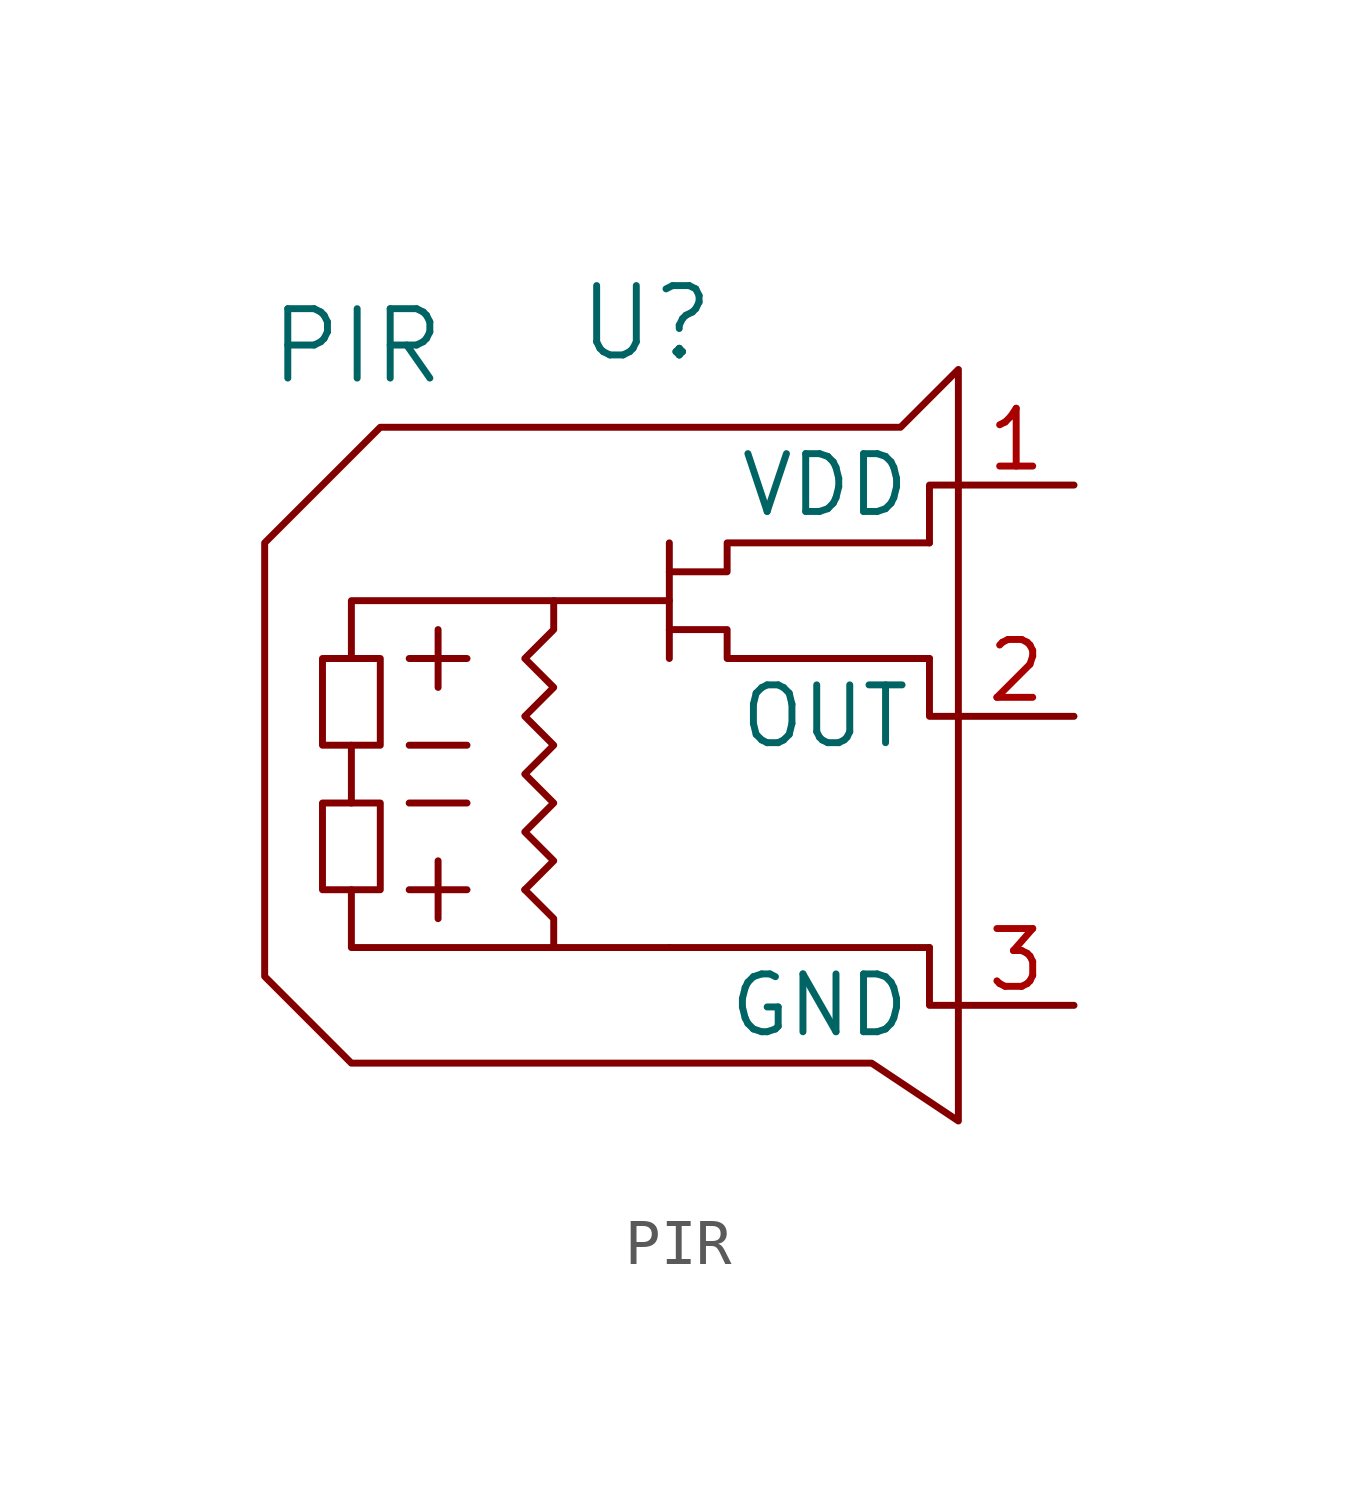
<source format=kicad_sym>
(kicad_symbol_lib
  (version 20241209)
  (generator "kicad_symbol_editor")
  (generator_version "9.0")
  (symbol "PIR"
    (pin_names
      (offset 1.016))
    (property "Reference" "U"
      (at 2.032 12.446 0)
      (effects (font (size 1.524 1.524))))
    (property "Value" "PIR"
      (at -4.318 11.938 0)
      (effects (font (size 1.524 1.524))))
    (property "Footprint" ""
      (at 8.89 0 0)
      (effects (font (size 1.524 1.524))))
    (property "Datasheet" ""
      (at 8.89 0 0)
      (effects (font (size 1.524 1.524))))
    (symbol "PIR_0_1"
      (polyline (pts (xy -4.445 5.08) (xy -4.445 6.35) (xy 2.54 6.35)) (stroke (width 0) (type solid)) (fill (type none)))
      (polyline (pts (xy -4.445 5.08) (xy -5.08 5.08) (xy -5.08 3.175) (xy -3.81 3.175) (xy -3.81 5.08) (xy -4.445 5.08)) (stroke (width 0) (type default)) (fill (type none)))
      (polyline (pts (xy -4.445 3.175) (xy -4.445 1.905)) (stroke (width 0) (type default)) (fill (type none)))
      (polyline (pts (xy -4.445 0) (xy -4.445 -1.27) (xy 2.54 -1.27)) (stroke (width 0) (type solid)) (fill (type none)))
      (polyline (pts (xy -4.445 0) (xy -5.08 0) (xy -5.08 1.905) (xy -3.81 1.905) (xy -3.81 0) (xy -4.445 0)) (stroke (width 0) (type default)) (fill (type none)))
      (polyline (pts (xy -3.175 5.08) (xy -1.905 5.08)) (stroke (width 0) (type solid)) (fill (type none)))
      (polyline (pts (xy -3.175 3.175) (xy -1.905 3.175)) (stroke (width 0) (type solid)) (fill (type none)))
      (polyline (pts (xy -3.175 1.905) (xy -1.905 1.905)) (stroke (width 0) (type solid)) (fill (type none)))
      (polyline (pts (xy -3.175 0) (xy -1.905 0)) (stroke (width 0) (type solid)) (fill (type none)))
      (polyline (pts (xy -2.54 5.715) (xy -2.54 4.445)) (stroke (width 0) (type solid)) (fill (type none)))
      (polyline (pts (xy -2.54 0.635) (xy -2.54 -0.635)) (stroke (width 0) (type solid)) (fill (type none)))
      (polyline (pts (xy -0.635 0) (xy 0 -0.635) (xy 0 -1.27)) (stroke (width 0) (type default)) (fill (type none)))
      (polyline (pts (xy 0 6.35) (xy 0 5.715) (xy -0.635 5.08) (xy 0 4.445) (xy -0.635 3.81) (xy 0 3.175) (xy -0.635 2.54) (xy 0 1.905) (xy -0.635 1.27) (xy 0 0.635) (xy -0.635 0)) (stroke (width 0) (type solid)) (fill (type none)))
      (polyline (pts (xy 2.54 7.62) (xy 2.54 5.08)) (stroke (width 0) (type solid)) (fill (type none)))
      (polyline (pts (xy 2.54 6.985) (xy 3.81 6.985) (xy 3.81 7.62) (xy 8.255 7.62)) (stroke (width 0) (type solid)) (fill (type none)))
      (polyline (pts (xy 2.54 5.715) (xy 3.81 5.715) (xy 3.81 5.08) (xy 8.255 5.08)) (stroke (width 0) (type solid)) (fill (type none)))
      (polyline (pts (xy 2.54 -1.27) (xy 8.255 -1.27)) (stroke (width 0) (type default)) (fill (type none)))
      (polyline (pts (xy 8.255 7.62) (xy 8.255 8.89) (xy 8.89 8.89)) (stroke (width 0) (type default)) (fill (type none)))
      (polyline (pts (xy 8.255 5.08) (xy 8.255 3.81) (xy 8.89 3.81)) (stroke (width 0) (type default)) (fill (type none)))
      (polyline (pts (xy 8.255 -1.27) (xy 8.255 -2.54) (xy 8.89 -2.54)) (stroke (width 0) (type default)) (fill (type none)))
      (polyline (pts (xy 8.89 11.43) (xy 8.89 -5.08) (xy 6.985 -3.81) (xy -4.445 -3.81) (xy -6.35 -1.905) (xy -6.35 5.08) (xy -6.35 7.62) (xy -3.81 10.16) (xy 7.62 10.16) (xy 8.89 11.43)) (stroke (width 0) (type solid)) (fill (type none))))
    (symbol "PIR_1_1"
      (pin input line (at 11.43 8.89 180) (length 2.54) (name "VDD" (effects (font (size 1.27 1.27)))) (number "1" (effects (font (size 1.27 1.27)))))
      (pin output line (at 11.43 3.81 180) (length 2.54) (name "OUT" (effects (font (size 1.27 1.27)))) (number "2" (effects (font (size 1.27 1.27)))))
      (pin power_in line (at 11.43 -2.54 180) (length 2.54) (name "GND" (effects (font (size 1.27 1.27)))) (number "3" (effects (font (size 1.27 1.27))))))))
</source>
